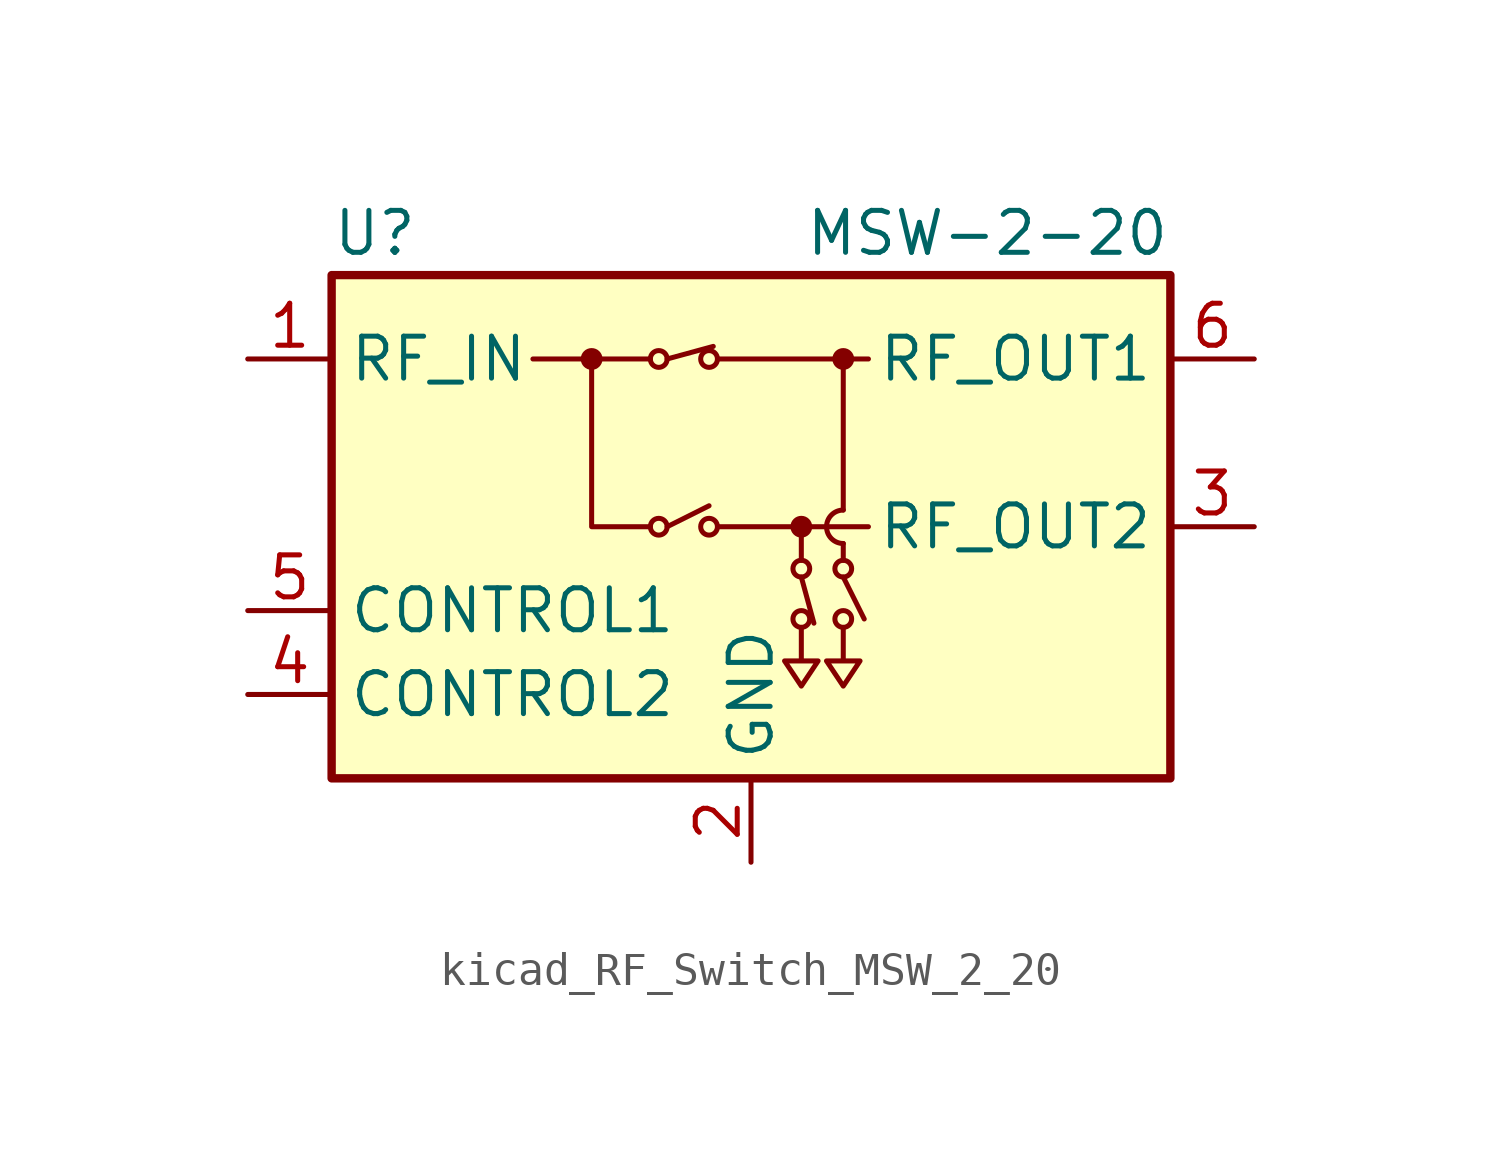
<source format=kicad_sym>
(kicad_symbol_lib
  (version 20220914)
  (generator kicad_symbol_editor)
  (symbol "kicad_RF_Switch_MSW_2_20"
    (property "Reference" "U"
      (at -12.7 8.89 0)
      (effects (font (size 1.27 1.27)) (justify left)))
    (property "Value" "MSW-2-20"
      (at 12.7 8.89 0)
      (effects (font (size 1.27 1.27)) (justify right)))
    (symbol "kicad_RF_Switch_MSW_2_20_0_1"
      (rectangle (start -12.7 7.62) (end 12.7 -7.62) (stroke (width 0.254) (type default)) (fill (type background)))
      (circle (center -4.826 5.08) (radius 0.254) (stroke (width 0) (type default)) (fill (type outline)))
      (circle (center -2.794 0) (radius 0.254) (stroke (width 0) (type default)) (fill (type none)))
      (circle (center -2.794 5.08) (radius 0.254) (stroke (width 0) (type default)) (fill (type none)))
      (circle (center -1.27 0) (radius 0.254) (stroke (width 0) (type default)) (fill (type none)))
      (circle (center -1.27 5.08) (radius 0.254) (stroke (width 0) (type default)) (fill (type none)))
      (polyline (pts (xy -3.048 5.08) (xy -6.604 5.08)) (stroke (width 0) (type default)) (fill (type none)))
      (polyline (pts (xy -2.54 0) (xy -1.27 0.635)) (stroke (width 0) (type default)) (fill (type none)))
      (polyline (pts (xy -2.54 5.08) (xy -1.143 5.461)) (stroke (width 0) (type default)) (fill (type none)))
      (polyline (pts (xy -1.016 0) (xy 3.556 0)) (stroke (width 0) (type default)) (fill (type none)))
      (polyline (pts (xy -1.016 5.08) (xy 3.556 5.08)) (stroke (width 0) (type default)) (fill (type none)))
      (polyline (pts (xy 1.524 -1.524) (xy 1.905 -2.921)) (stroke (width 0) (type default)) (fill (type none)))
      (polyline (pts (xy 1.524 -1.016) (xy 1.524 0)) (stroke (width 0) (type default)) (fill (type none)))
      (polyline (pts (xy 2.794 -1.524) (xy 3.429 -2.794)) (stroke (width 0) (type default)) (fill (type none)))
      (polyline (pts (xy 2.794 -0.508) (xy 2.794 -1.016)) (stroke (width 0) (type default)) (fill (type none)))
      (polyline (pts (xy 2.794 5.08) (xy 2.794 0.508)) (stroke (width 0) (type default)) (fill (type none)))
      (polyline (pts (xy -4.826 5.08) (xy -4.826 0) (xy -3.048 0)) (stroke (width 0) (type default)) (fill (type none)))
      (polyline (pts (xy 1.524 -3.048) (xy 1.524 -4.064) (xy 1.016 -4.064) (xy 1.524 -4.826) (xy 2.032 -4.064) (xy 1.524 -4.064)) (stroke (width 0) (type default)) (fill (type none)))
      (polyline (pts (xy 2.794 -3.048) (xy 2.794 -4.064) (xy 2.286 -4.064) (xy 2.794 -4.826) (xy 3.302 -4.064) (xy 2.794 -4.064)) (stroke (width 0) (type default)) (fill (type none)))
      (circle (center 1.524 -2.794) (radius 0.254) (stroke (width 0) (type default)) (fill (type none)))
      (circle (center 1.524 -1.27) (radius 0.254) (stroke (width 0) (type default)) (fill (type none)))
      (circle (center 1.524 0) (radius 0.254) (stroke (width 0) (type default)) (fill (type outline)))
      (circle (center 2.794 -2.794) (radius 0.254) (stroke (width 0) (type default)) (fill (type none)))
      (circle (center 2.794 -1.27) (radius 0.254) (stroke (width 0) (type default)) (fill (type none)))
      (arc (start 2.794 0.508) (mid 2.2882 0) (end 2.794 -0.508) (stroke (width 0) (type default)) (fill (type none)))
      (circle (center 2.794 5.08) (radius 0.254) (stroke (width 0) (type default)) (fill (type outline))))
    (symbol "kicad_RF_Switch_MSW_2_20_1_1"
      (pin passive line (at -15.24 5.08 0) (length 2.54) (name "RF_IN" (effects (font (size 1.27 1.27)))) (number "1" (effects (font (size 1.27 1.27)))))
      (pin power_in line (at 0 -10.16 90) (length 2.54) (name "GND" (effects (font (size 1.27 1.27)))) (number "2" (effects (font (size 1.27 1.27)))))
      (pin passive line (at 15.24 0 180) (length 2.54) (name "RF_OUT2" (effects (font (size 1.27 1.27)))) (number "3" (effects (font (size 1.27 1.27)))))
      (pin input line (at -15.24 -5.08 0) (length 2.54) (name "CONTROL2" (effects (font (size 1.27 1.27)))) (number "4" (effects (font (size 1.27 1.27)))))
      (pin input line (at -15.24 -2.54 0) (length 2.54) (name "CONTROL1" (effects (font (size 1.27 1.27)))) (number "5" (effects (font (size 1.27 1.27)))))
      (pin passive line (at 15.24 5.08 180) (length 2.54) (name "RF_OUT1" (effects (font (size 1.27 1.27)))) (number "6" (effects (font (size 1.27 1.27)))))
      (pin passive line (at 0 -10.16 90) (length 2.54) hide (name "GND" (effects (font (size 1.27 1.27)))) (number "7" (effects (font (size 1.27 1.27)))))
      (pin passive line (at 0 -10.16 90) (length 2.54) hide (name "GND" (effects (font (size 1.27 1.27)))) (number "8" (effects (font (size 1.27 1.27))))))))
</source>
